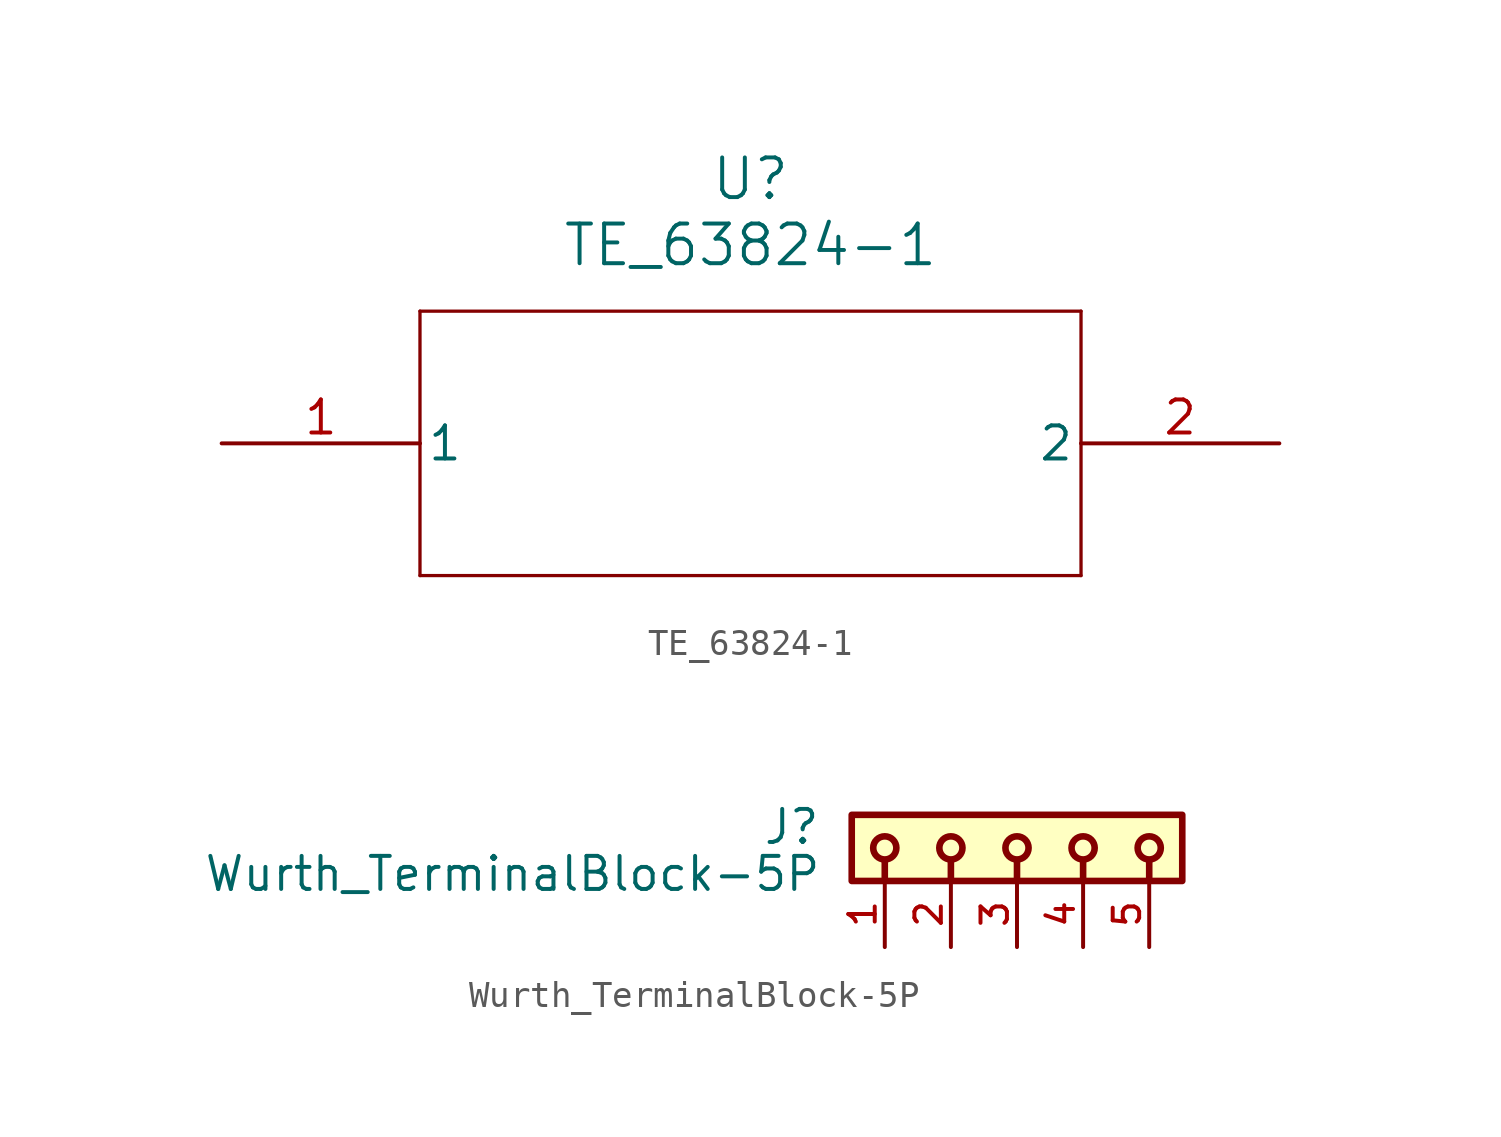
<source format=kicad_sym>
(kicad_symbol_lib
  (version 20241209)
  (generator "kicad_symbol_editor")
  (generator_version "9.0")
  (symbol "TE_63824-1"
    (pin_names
      (offset 0.254))
    (property "Reference" "U"
      (at 20.32 10.16 0)
      (effects (font (size 1.524 1.524))))
    (property "Value" "TE_63824-1"
      (at 20.32 7.62 0)
      (effects (font (size 1.524 1.524))))
    (property "ki_locked" ""
      (at 0 0 0)
      (effects (font (size 1.27 1.27))))
    (symbol "TE_63824-1_0_1"
      (polyline (pts (xy 7.62 5.08) (xy 7.62 -5.08)) (stroke (width 0.127) (type default)) (fill (type none)))
      (polyline (pts (xy 7.62 -5.08) (xy 33.02 -5.08)) (stroke (width 0.127) (type default)) (fill (type none)))
      (polyline (pts (xy 33.02 5.08) (xy 7.62 5.08)) (stroke (width 0.127) (type default)) (fill (type none)))
      (polyline (pts (xy 33.02 -5.08) (xy 33.02 5.08)) (stroke (width 0.127) (type default)) (fill (type none)))
      (pin unspecified line (at 0 0 0) (length 7.62) (name "1" (effects (font (size 1.27 1.27)))) (number "1" (effects (font (size 1.27 1.27)))))
      (pin unspecified line (at 40.64 0 180) (length 7.62) (name "2" (effects (font (size 1.27 1.27)))) (number "2" (effects (font (size 1.27 1.27)))))))
  (symbol "Wurth_TerminalBlock-5P"
    (pin_names
      (offset 1.016))
    (property "Reference" "J"
      (at -7.53 -1.205 0)
      (effects (font (size 1.27 1.27)) (justify right bottom)))
    (property "Value" "Wurth_TerminalBlock-5P"
      (at -7.49 -3.01 0)
      (effects (font (size 1.27 1.27)) (justify right bottom)))
    (symbol "Wurth_TerminalBlock-5P_0_0"
      (rectangle (start -6.35 -2.54) (end 6.35 0) (stroke (width 0.254) (type default)) (fill (type background)))
      (circle (center -5.08 -1.27) (radius 0.445) (stroke (width 0.254) (type default)) (fill (type none)))
      (polyline (pts (xy -5.08 -1.778) (xy -5.08 -2.54)) (stroke (width 0.254) (type default)) (fill (type none)))
      (circle (center -2.54 -1.27) (radius 0.445) (stroke (width 0.254) (type default)) (fill (type none)))
      (polyline (pts (xy -2.54 -1.778) (xy -2.54 -2.54)) (stroke (width 0.254) (type default)) (fill (type none)))
      (circle (center 0 -1.27) (radius 0.445) (stroke (width 0.254) (type default)) (fill (type none)))
      (polyline (pts (xy 0 -1.778) (xy 0 -2.54)) (stroke (width 0.254) (type default)) (fill (type none)))
      (circle (center 2.54 -1.27) (radius 0.445) (stroke (width 0.254) (type default)) (fill (type none)))
      (polyline (pts (xy 2.54 -1.778) (xy 2.54 -2.54)) (stroke (width 0.254) (type default)) (fill (type none)))
      (circle (center 5.08 -1.27) (radius 0.445) (stroke (width 0.254) (type default)) (fill (type none)))
      (polyline (pts (xy 5.08 -1.778) (xy 5.08 -2.54)) (stroke (width 0.254) (type default)) (fill (type none)))
      (pin passive line (at -5.08 -5.08 90) (length 2.54) (name "~" (effects (font (size 1.016 1.016)))) (number "1" (effects (font (size 1.016 1.016)))))
      (pin passive line (at -2.54 -5.08 90) (length 2.54) (name "~" (effects (font (size 1.016 1.016)))) (number "2" (effects (font (size 1.016 1.016)))))
      (pin passive line (at 0 -5.08 90) (length 2.54) (name "~" (effects (font (size 1.016 1.016)))) (number "3" (effects (font (size 1.016 1.016)))))
      (pin passive line (at 2.54 -5.08 90) (length 2.54) (name "~" (effects (font (size 1.016 1.016)))) (number "4" (effects (font (size 1.016 1.016)))))
      (pin passive line (at 5.08 -5.08 90) (length 2.54) (name "~" (effects (font (size 1.016 1.016)))) (number "5" (effects (font (size 1.016 1.016))))))))
</source>
